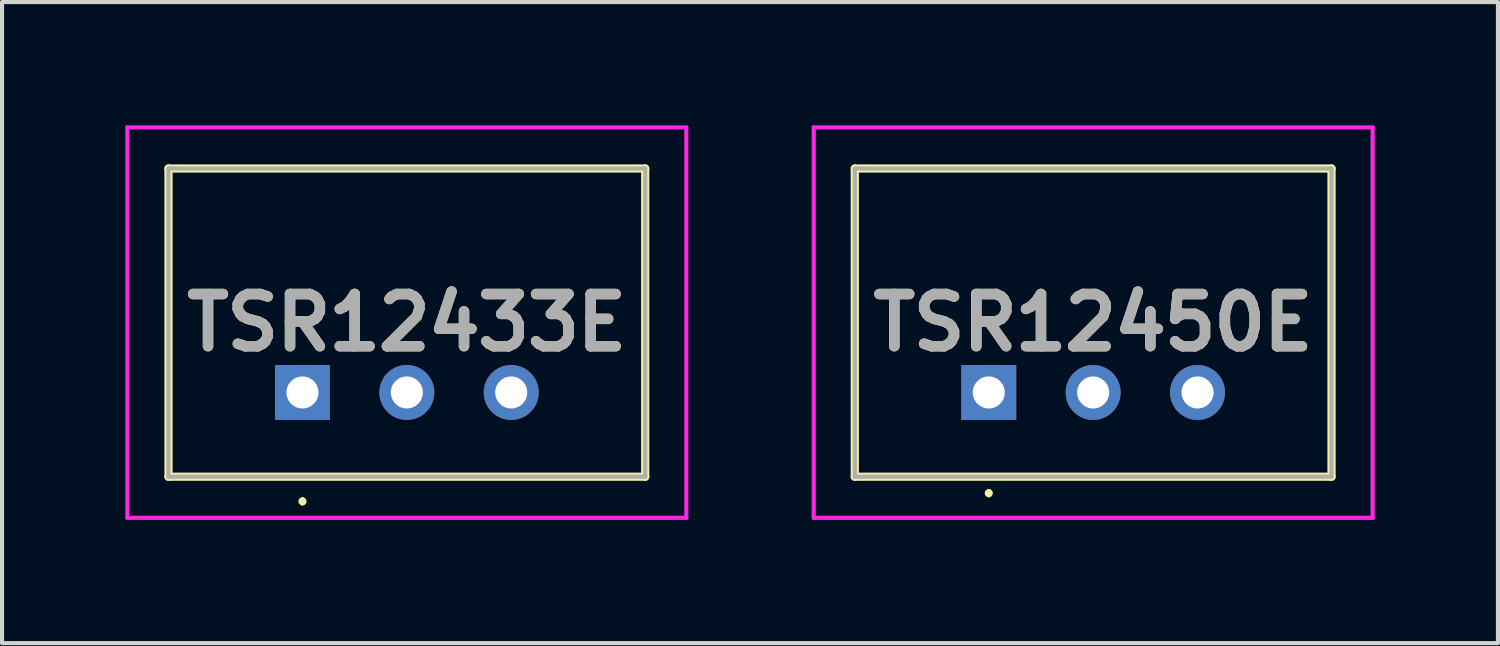
<source format=kicad_pcb>
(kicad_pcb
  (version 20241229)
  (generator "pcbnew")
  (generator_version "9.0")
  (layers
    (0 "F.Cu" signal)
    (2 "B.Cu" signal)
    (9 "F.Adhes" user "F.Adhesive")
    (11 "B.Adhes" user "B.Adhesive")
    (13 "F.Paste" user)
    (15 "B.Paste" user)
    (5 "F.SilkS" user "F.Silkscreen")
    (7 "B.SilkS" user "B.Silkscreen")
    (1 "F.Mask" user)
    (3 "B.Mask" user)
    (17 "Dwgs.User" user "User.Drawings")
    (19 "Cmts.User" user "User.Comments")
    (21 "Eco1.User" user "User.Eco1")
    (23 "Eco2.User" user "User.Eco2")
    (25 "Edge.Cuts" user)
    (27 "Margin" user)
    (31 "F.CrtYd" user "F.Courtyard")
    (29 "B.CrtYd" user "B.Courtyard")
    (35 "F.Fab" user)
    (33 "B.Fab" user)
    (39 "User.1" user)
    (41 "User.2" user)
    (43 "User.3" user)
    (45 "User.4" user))
  (footprint "TSR12450E"
    (layer "F.Cu")
    (at 21.01 6.5)
    (property "Reference" "TSR12450E" (at 2.54 -1.7 0) (layer "F.SilkS") (effects (font (size 1.27 1.27) (thickness 0.254))))
    (attr through_hole)
    (fp_line (start -3.26 -5.45) (end 8.34 -5.45) (stroke (width 0.2) (type solid)) (layer "F.SilkS"))
    (fp_line (start -3.26 2.05) (end -3.26 -5.45) (stroke (width 0.2) (type solid)) (layer "F.SilkS"))
    (fp_line (start 0 2.4) (end 0 2.4) (stroke (width 0.1) (type solid)) (layer "F.SilkS"))
    (fp_line (start 0 2.5) (end 0 2.5) (stroke (width 0.1) (type solid)) (layer "F.SilkS"))
    (fp_line (start 8.34 -5.45) (end 8.34 2.05) (stroke (width 0.2) (type solid)) (layer "F.SilkS"))
    (fp_line (start 8.34 2.05) (end -3.26 2.05) (stroke (width 0.2) (type solid)) (layer "F.SilkS"))
    (fp_arc (start 0 2.4) (mid 0.05 2.45) (end 0 2.5) (stroke (width 0.1) (type solid)) (layer "F.SilkS"))
    (fp_arc (start 0 2.5) (mid -0.05 2.45) (end 0 2.4) (stroke (width 0.1) (type solid)) (layer "F.SilkS"))
    (fp_line (start -4.26 -6.45) (end 9.34 -6.45) (stroke (width 0.1) (type solid)) (layer "F.CrtYd"))
    (fp_line (start -4.26 3.05) (end -4.26 -6.45) (stroke (width 0.1) (type solid)) (layer "F.CrtYd"))
    (fp_line (start 9.34 -6.45) (end 9.34 3.05) (stroke (width 0.1) (type solid)) (layer "F.CrtYd"))
    (fp_line (start 9.34 3.05) (end -4.26 3.05) (stroke (width 0.1) (type solid)) (layer "F.CrtYd"))
    (fp_line (start -3.26 -5.45) (end 8.34 -5.45) (stroke (width 0.1) (type solid)) (layer "F.Fab"))
    (fp_line (start -3.26 2.05) (end -3.26 -5.45) (stroke (width 0.1) (type solid)) (layer "F.Fab"))
    (fp_line (start 8.34 -5.45) (end 8.34 2.05) (stroke (width 0.1) (type solid)) (layer "F.Fab"))
    (fp_line (start 8.34 2.05) (end -3.26 2.05) (stroke (width 0.1) (type solid)) (layer "F.Fab"))
    (fp_text user "${REFERENCE}" (at 2.54 -1.7 0) (layer "F.Fab") (effects (font (size 1.27 1.27) (thickness 0.254))))
    (pad "1" thru_hole rect (at 0 0) (size 1.337 1.337) (drill 0.78) (layers "*.Cu" "*.Mask"))
    (pad "2" thru_hole circle (at 2.54 0) (size 1.337 1.337) (drill 0.78) (layers "*.Cu" "*.Mask"))
    (pad "3" thru_hole circle (at 5.08 0) (size 1.337 1.337) (drill 0.78) (layers "*.Cu" "*.Mask")))
  (footprint "TSR12433E"
    (layer "F.Cu")
    (at 4.31 6.5)
    (property "Reference" "TSR12433E" (at 2.54 -1.7 0) (layer "F.SilkS") (effects (font (size 1.27 1.27) (thickness 0.254))))
    (attr through_hole)
    (fp_line (start -3.26 -5.45) (end -3.26 2.05) (stroke (width 0.2) (type solid)) (layer "F.SilkS"))
    (fp_line (start -3.26 2.05) (end 8.34 2.05) (stroke (width 0.2) (type solid)) (layer "F.SilkS"))
    (fp_line (start 0 2.6) (end 0 2.6) (stroke (width 0.1) (type solid)) (layer "F.SilkS"))
    (fp_line (start 0 2.7) (end 0 2.7) (stroke (width 0.1) (type solid)) (layer "F.SilkS"))
    (fp_line (start 8.34 -5.45) (end -3.26 -5.45) (stroke (width 0.2) (type solid)) (layer "F.SilkS"))
    (fp_line (start 8.34 2.05) (end 8.34 -5.45) (stroke (width 0.2) (type solid)) (layer "F.SilkS"))
    (fp_arc (start 0 2.6) (mid 0.05 2.65) (end 0 2.7) (stroke (width 0.1) (type solid)) (layer "F.SilkS"))
    (fp_arc (start 0 2.7) (mid -0.05 2.65) (end 0 2.6) (stroke (width 0.1) (type solid)) (layer "F.SilkS"))
    (fp_line (start -4.26 -6.45) (end -4.26 3.05) (stroke (width 0.1) (type solid)) (layer "F.CrtYd"))
    (fp_line (start -4.26 3.05) (end 9.34 3.05) (stroke (width 0.1) (type solid)) (layer "F.CrtYd"))
    (fp_line (start 9.34 -6.45) (end -4.26 -6.45) (stroke (width 0.1) (type solid)) (layer "F.CrtYd"))
    (fp_line (start 9.34 3.05) (end 9.34 -6.45) (stroke (width 0.1) (type solid)) (layer "F.CrtYd"))
    (fp_line (start -3.26 -5.45) (end 8.34 -5.45) (stroke (width 0.1) (type solid)) (layer "F.Fab"))
    (fp_line (start -3.26 2.05) (end -3.26 -5.45) (stroke (width 0.1) (type solid)) (layer "F.Fab"))
    (fp_line (start 8.34 -5.45) (end 8.34 2.05) (stroke (width 0.1) (type solid)) (layer "F.Fab"))
    (fp_line (start 8.34 2.05) (end -3.26 2.05) (stroke (width 0.1) (type solid)) (layer "F.Fab"))
    (fp_text user "${REFERENCE}" (at 2.54 -1.7 0) (layer "F.Fab") (effects (font (size 1.27 1.27) (thickness 0.254))))
    (pad "1" thru_hole rect (at 0 0) (size 1.337 1.337) (drill 0.78) (layers "*.Cu" "*.Mask"))
    (pad "2" thru_hole circle (at 2.54 0) (size 1.337 1.337) (drill 0.78) (layers "*.Cu" "*.Mask"))
    (pad "3" thru_hole circle (at 5.08 0) (size 1.337 1.337) (drill 0.78) (layers "*.Cu" "*.Mask")))
  (gr_rect
    (start -3 -3)
    (end 33.4 12.6)
    (stroke (width 0.1) (type default))
    (fill no)
    (layer "Edge.Cuts")))
</source>
